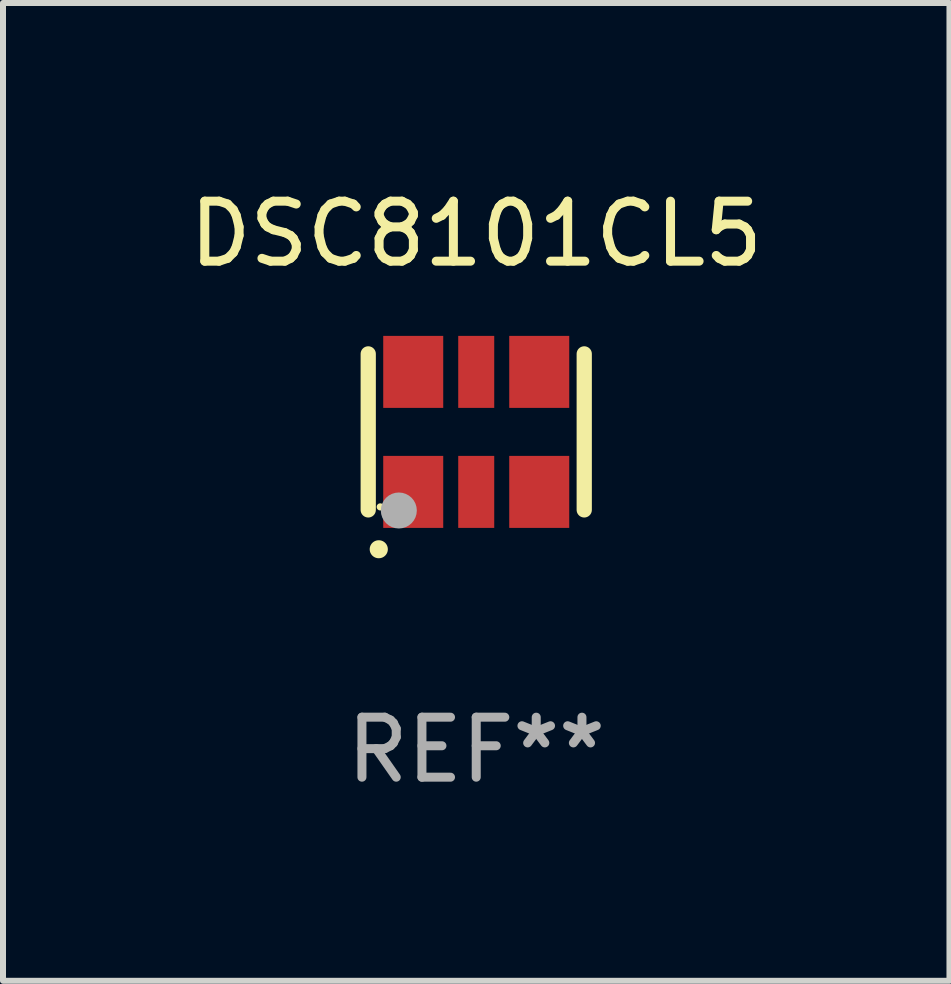
<source format=kicad_pcb>
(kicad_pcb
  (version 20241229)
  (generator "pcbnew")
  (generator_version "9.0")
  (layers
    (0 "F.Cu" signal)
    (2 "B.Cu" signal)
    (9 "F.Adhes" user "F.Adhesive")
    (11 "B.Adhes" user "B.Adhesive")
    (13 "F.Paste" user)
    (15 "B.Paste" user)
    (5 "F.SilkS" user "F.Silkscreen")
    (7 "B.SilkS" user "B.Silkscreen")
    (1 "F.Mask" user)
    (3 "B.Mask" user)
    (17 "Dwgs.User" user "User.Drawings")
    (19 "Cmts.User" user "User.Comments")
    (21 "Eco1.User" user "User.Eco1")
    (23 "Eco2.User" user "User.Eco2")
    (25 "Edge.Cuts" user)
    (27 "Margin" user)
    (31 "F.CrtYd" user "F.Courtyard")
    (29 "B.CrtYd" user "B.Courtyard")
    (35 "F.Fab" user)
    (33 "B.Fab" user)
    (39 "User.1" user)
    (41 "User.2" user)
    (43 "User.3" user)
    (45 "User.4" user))
  (footprint "DSC8101CL5"
    (layer "F.Cu")
    (at 4.887 4.148)
    (property "Reference" "DSC8101CL5" (at 0 -3.3 0) (layer "F.SilkS") (effects (font (size 1 1) (thickness 0.15))))
    (attr through_hole)
    (fp_line (start -1.8 -1.3) (end -1.8 1.3) (stroke (width 0.254) (type solid)) (layer "F.SilkS"))
    (fp_line (start 1.8 -1.3) (end 1.8 1.3) (stroke (width 0.254) (type solid)) (layer "F.SilkS"))
    (fp_arc (start -1.625603 1.955804) (mid -1.624333 1.955799) (end -1.623063 1.955804) (stroke (width 0.3) (type solid)) (layer "F.SilkS"))
    (fp_circle (center -1.6 1.25) (end -1.57 1.25) (stroke (width 0.06) (type solid)) (fill no) (layer "F.SilkS"))
    (fp_circle (center -1.29 1.31) (end -1.14 1.31) (stroke (width 0.3) (type solid)) (fill no) (layer "F.Fab"))
    (fp_text user "REF**" (at 0 5.3 0) (layer "F.Fab") (effects (font (size 1 1) (thickness 0.15))))
    (pad "1" smd rect (at -1.05 1) (size 1 1.2) (layers "F.Cu" "F.Mask" "F.Paste"))
    (pad "2" smd rect (at 0 1) (size 0.6 1.2) (layers "F.Cu" "F.Mask" "F.Paste"))
    (pad "3" smd rect (at 1.05 1) (size 1 1.2) (layers "F.Cu" "F.Mask" "F.Paste"))
    (pad "4" smd rect (at 1.05 -1) (size 1 1.2) (layers "F.Cu" "F.Mask" "F.Paste"))
    (pad "5" smd rect (at 0 -1) (size 0.6 1.2) (layers "F.Cu" "F.Mask" "F.Paste"))
    (pad "6" smd rect (at -1.05 -1) (size 1 1.2) (layers "F.Cu" "F.Mask" "F.Paste")))
  (gr_rect
    (start -3 -3)
    (end 12.774 13.296)
    (stroke (width 0.1) (type default))
    (fill no)
    (layer "Edge.Cuts")))
</source>
